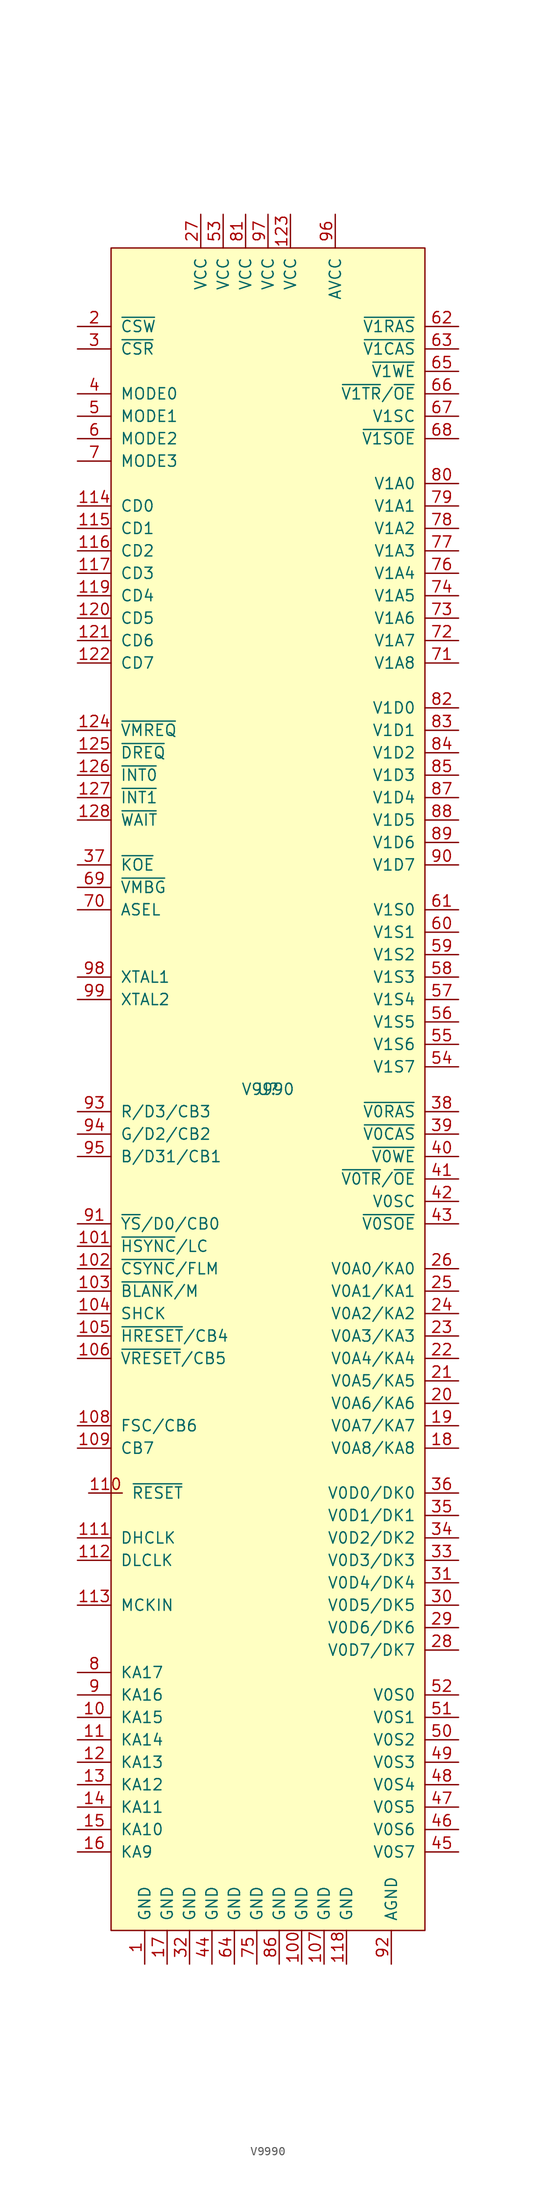
<source format=kicad_sym>
(kicad_symbol_lib
  (version 20211014)
  (generator kicad_symbol_editor)
  (symbol "V9990"
    (pin_names
      (offset 1.016))
    (property "Reference" "U"
      (at 0 0 0)
      (effects (font (size 1.27 1.27))))
    (property "Value" "V9990"
      (at 0 0 0)
      (effects (font (size 1.27 1.27))))
    (symbol "V9990_0_1"
      (rectangle (start 17.78 -95.25) (end -17.78 95.25) (stroke (width 0) (type default) (color 0 0 0 0)) (fill (type background))))
    (symbol "V9990_1_1"
      (pin power_in line (at -13.97 -99.06 90) (length 3.81) (name "GND" (effects (font (size 1.27 1.27)))) (number "1" (effects (font (size 1.27 1.27)))))
      (pin output line (at -21.59 -71.12 0) (length 3.81) (name "KA15" (effects (font (size 1.27 1.27)))) (number "10" (effects (font (size 1.27 1.27)))))
      (pin power_in line (at 3.81 -99.06 90) (length 3.81) (name "GND" (effects (font (size 1.27 1.27)))) (number "100" (effects (font (size 1.27 1.27)))))
      (pin output line (at -21.59 -17.78 0) (length 3.81) (name "~{HSYNC}/LC" (effects (font (size 1.27 1.27)))) (number "101" (effects (font (size 1.27 1.27)))))
      (pin output line (at -21.59 -20.32 0) (length 3.81) (name "~{CSYNC}/FLM" (effects (font (size 1.27 1.27)))) (number "102" (effects (font (size 1.27 1.27)))))
      (pin output line (at -21.59 -22.86 0) (length 3.81) (name "~{BLANK}/M" (effects (font (size 1.27 1.27)))) (number "103" (effects (font (size 1.27 1.27)))))
      (pin output line (at -21.59 -25.4 0) (length 3.81) (name "SHCK" (effects (font (size 1.27 1.27)))) (number "104" (effects (font (size 1.27 1.27)))))
      (pin bidirectional line (at -21.59 -27.94 0) (length 3.81) (name "~{HRESET}/CB4" (effects (font (size 1.27 1.27)))) (number "105" (effects (font (size 1.27 1.27)))))
      (pin bidirectional line (at -21.59 -30.48 0) (length 3.81) (name "~{VRESET}/CB5" (effects (font (size 1.27 1.27)))) (number "106" (effects (font (size 1.27 1.27)))))
      (pin power_in line (at 6.35 -99.06 90) (length 3.81) (name "GND" (effects (font (size 1.27 1.27)))) (number "107" (effects (font (size 1.27 1.27)))))
      (pin output line (at -21.59 -38.1 0) (length 3.81) (name "FSC/CB6" (effects (font (size 1.27 1.27)))) (number "108" (effects (font (size 1.27 1.27)))))
      (pin output line (at -21.59 -40.64 0) (length 3.81) (name "CB7" (effects (font (size 1.27 1.27)))) (number "109" (effects (font (size 1.27 1.27)))))
      (pin output line (at -21.59 -73.66 0) (length 3.81) (name "KA14" (effects (font (size 1.27 1.27)))) (number "11" (effects (font (size 1.27 1.27)))))
      (pin input line (at -20.32 -45.72 0) (length 3.81) (name "~{RESET}" (effects (font (size 1.27 1.27)))) (number "110" (effects (font (size 1.27 1.27)))))
      (pin output line (at -21.59 -50.8 0) (length 3.81) (name "DHCLK" (effects (font (size 1.27 1.27)))) (number "111" (effects (font (size 1.27 1.27)))))
      (pin output line (at -21.59 -53.34 0) (length 3.81) (name "DLCLK" (effects (font (size 1.27 1.27)))) (number "112" (effects (font (size 1.27 1.27)))))
      (pin input line (at -21.59 -58.42 0) (length 3.81) (name "MCKIN" (effects (font (size 1.27 1.27)))) (number "113" (effects (font (size 1.27 1.27)))))
      (pin bidirectional line (at -21.59 66.04 0) (length 3.81) (name "CD0" (effects (font (size 1.27 1.27)))) (number "114" (effects (font (size 1.27 1.27)))))
      (pin bidirectional line (at -21.59 63.5 0) (length 3.81) (name "CD1" (effects (font (size 1.27 1.27)))) (number "115" (effects (font (size 1.27 1.27)))))
      (pin bidirectional line (at -21.59 60.96 0) (length 3.81) (name "CD2" (effects (font (size 1.27 1.27)))) (number "116" (effects (font (size 1.27 1.27)))))
      (pin bidirectional line (at -21.59 58.42 0) (length 3.81) (name "CD3" (effects (font (size 1.27 1.27)))) (number "117" (effects (font (size 1.27 1.27)))))
      (pin power_in line (at 8.89 -99.06 90) (length 3.81) (name "GND" (effects (font (size 1.27 1.27)))) (number "118" (effects (font (size 1.27 1.27)))))
      (pin bidirectional line (at -21.59 55.88 0) (length 3.81) (name "CD4" (effects (font (size 1.27 1.27)))) (number "119" (effects (font (size 1.27 1.27)))))
      (pin output line (at -21.59 -76.2 0) (length 3.81) (name "KA13" (effects (font (size 1.27 1.27)))) (number "12" (effects (font (size 1.27 1.27)))))
      (pin bidirectional line (at -21.59 53.34 0) (length 3.81) (name "CD5" (effects (font (size 1.27 1.27)))) (number "120" (effects (font (size 1.27 1.27)))))
      (pin bidirectional line (at -21.59 50.8 0) (length 3.81) (name "CD6" (effects (font (size 1.27 1.27)))) (number "121" (effects (font (size 1.27 1.27)))))
      (pin bidirectional line (at -21.59 48.26 0) (length 3.81) (name "CD7" (effects (font (size 1.27 1.27)))) (number "122" (effects (font (size 1.27 1.27)))))
      (pin power_in line (at 2.54 99.06 270) (length 3.81) (name "VCC" (effects (font (size 1.27 1.27)))) (number "123" (effects (font (size 1.27 1.27)))))
      (pin input line (at -21.59 40.64 0) (length 3.81) (name "~{VMREQ}" (effects (font (size 1.27 1.27)))) (number "124" (effects (font (size 1.27 1.27)))))
      (pin output line (at -21.59 38.1 0) (length 3.81) (name "~{DREQ}" (effects (font (size 1.27 1.27)))) (number "125" (effects (font (size 1.27 1.27)))))
      (pin open_collector line (at -21.59 35.56 0) (length 3.81) (name "~{INT0}" (effects (font (size 1.27 1.27)))) (number "126" (effects (font (size 1.27 1.27)))))
      (pin open_collector line (at -21.59 33.02 0) (length 3.81) (name "~{INT1}" (effects (font (size 1.27 1.27)))) (number "127" (effects (font (size 1.27 1.27)))))
      (pin output line (at -21.59 30.48 0) (length 3.81) (name "~{WAIT}" (effects (font (size 1.27 1.27)))) (number "128" (effects (font (size 1.27 1.27)))))
      (pin output line (at -21.59 -78.74 0) (length 3.81) (name "KA12" (effects (font (size 1.27 1.27)))) (number "13" (effects (font (size 1.27 1.27)))))
      (pin output line (at -21.59 -81.28 0) (length 3.81) (name "KA11" (effects (font (size 1.27 1.27)))) (number "14" (effects (font (size 1.27 1.27)))))
      (pin output line (at -21.59 -83.82 0) (length 3.81) (name "KA10" (effects (font (size 1.27 1.27)))) (number "15" (effects (font (size 1.27 1.27)))))
      (pin output line (at -21.59 -86.36 0) (length 3.81) (name "KA9" (effects (font (size 1.27 1.27)))) (number "16" (effects (font (size 1.27 1.27)))))
      (pin power_in line (at -11.43 -99.06 90) (length 3.81) (name "GND" (effects (font (size 1.27 1.27)))) (number "17" (effects (font (size 1.27 1.27)))))
      (pin output line (at 21.59 -40.64 180) (length 3.81) (name "V0A8/KA8" (effects (font (size 1.27 1.27)))) (number "18" (effects (font (size 1.27 1.27)))))
      (pin output line (at 21.59 -38.1 180) (length 3.81) (name "V0A7/KA7" (effects (font (size 1.27 1.27)))) (number "19" (effects (font (size 1.27 1.27)))))
      (pin input line (at -21.59 86.36 0) (length 3.81) (name "~{CSW}" (effects (font (size 1.27 1.27)))) (number "2" (effects (font (size 1.27 1.27)))))
      (pin output line (at 21.59 -35.56 180) (length 3.81) (name "V0A6/KA6" (effects (font (size 1.27 1.27)))) (number "20" (effects (font (size 1.27 1.27)))))
      (pin output line (at 21.59 -33.02 180) (length 3.81) (name "V0A5/KA5" (effects (font (size 1.27 1.27)))) (number "21" (effects (font (size 1.27 1.27)))))
      (pin output line (at 21.59 -30.48 180) (length 3.81) (name "V0A4/KA4" (effects (font (size 1.27 1.27)))) (number "22" (effects (font (size 1.27 1.27)))))
      (pin output line (at 21.59 -27.94 180) (length 3.81) (name "V0A3/KA3" (effects (font (size 1.27 1.27)))) (number "23" (effects (font (size 1.27 1.27)))))
      (pin output line (at 21.59 -25.4 180) (length 3.81) (name "V0A2/KA2" (effects (font (size 1.27 1.27)))) (number "24" (effects (font (size 1.27 1.27)))))
      (pin output line (at 21.59 -22.86 180) (length 3.81) (name "V0A1/KA1" (effects (font (size 1.27 1.27)))) (number "25" (effects (font (size 1.27 1.27)))))
      (pin output line (at 21.59 -20.32 180) (length 3.81) (name "V0A0/KA0" (effects (font (size 1.27 1.27)))) (number "26" (effects (font (size 1.27 1.27)))))
      (pin power_in line (at -7.62 99.06 270) (length 3.81) (name "VCC" (effects (font (size 1.27 1.27)))) (number "27" (effects (font (size 1.27 1.27)))))
      (pin bidirectional line (at 21.59 -63.5 180) (length 3.81) (name "V0D7/DK7" (effects (font (size 1.27 1.27)))) (number "28" (effects (font (size 1.27 1.27)))))
      (pin bidirectional line (at 21.59 -60.96 180) (length 3.81) (name "V0D6/DK6" (effects (font (size 1.27 1.27)))) (number "29" (effects (font (size 1.27 1.27)))))
      (pin input line (at -21.59 83.82 0) (length 3.81) (name "~{CSR}" (effects (font (size 1.27 1.27)))) (number "3" (effects (font (size 1.27 1.27)))))
      (pin bidirectional line (at 21.59 -58.42 180) (length 3.81) (name "V0D5/DK5" (effects (font (size 1.27 1.27)))) (number "30" (effects (font (size 1.27 1.27)))))
      (pin bidirectional line (at 21.59 -55.88 180) (length 3.81) (name "V0D4/DK4" (effects (font (size 1.27 1.27)))) (number "31" (effects (font (size 1.27 1.27)))))
      (pin power_in line (at -8.89 -99.06 90) (length 3.81) (name "GND" (effects (font (size 1.27 1.27)))) (number "32" (effects (font (size 1.27 1.27)))))
      (pin bidirectional line (at 21.59 -53.34 180) (length 3.81) (name "V0D3/DK3" (effects (font (size 1.27 1.27)))) (number "33" (effects (font (size 1.27 1.27)))))
      (pin bidirectional line (at 21.59 -50.8 180) (length 3.81) (name "V0D2/DK2" (effects (font (size 1.27 1.27)))) (number "34" (effects (font (size 1.27 1.27)))))
      (pin bidirectional line (at 21.59 -48.26 180) (length 3.81) (name "V0D1/DK1" (effects (font (size 1.27 1.27)))) (number "35" (effects (font (size 1.27 1.27)))))
      (pin bidirectional line (at 21.59 -45.72 180) (length 3.81) (name "V0D0/DK0" (effects (font (size 1.27 1.27)))) (number "36" (effects (font (size 1.27 1.27)))))
      (pin output line (at -21.59 25.4 0) (length 3.81) (name "~{KOE}" (effects (font (size 1.27 1.27)))) (number "37" (effects (font (size 1.27 1.27)))))
      (pin output line (at 21.59 -2.54 180) (length 3.81) (name "~{V0RAS}" (effects (font (size 1.27 1.27)))) (number "38" (effects (font (size 1.27 1.27)))))
      (pin output line (at 21.59 -5.08 180) (length 3.81) (name "~{V0CAS}" (effects (font (size 1.27 1.27)))) (number "39" (effects (font (size 1.27 1.27)))))
      (pin input line (at -21.59 78.74 0) (length 3.81) (name "MODE0" (effects (font (size 1.27 1.27)))) (number "4" (effects (font (size 1.27 1.27)))))
      (pin output line (at 21.59 -7.62 180) (length 3.81) (name "~{V0WE}" (effects (font (size 1.27 1.27)))) (number "40" (effects (font (size 1.27 1.27)))))
      (pin output line (at 21.59 -10.16 180) (length 3.81) (name "~{V0TR}/~{OE}" (effects (font (size 1.27 1.27)))) (number "41" (effects (font (size 1.27 1.27)))))
      (pin output line (at 21.59 -12.7 180) (length 3.81) (name "V0SC" (effects (font (size 1.27 1.27)))) (number "42" (effects (font (size 1.27 1.27)))))
      (pin output line (at 21.59 -15.24 180) (length 3.81) (name "~{V0SOE}" (effects (font (size 1.27 1.27)))) (number "43" (effects (font (size 1.27 1.27)))))
      (pin power_in line (at -6.35 -99.06 90) (length 3.81) (name "GND" (effects (font (size 1.27 1.27)))) (number "44" (effects (font (size 1.27 1.27)))))
      (pin input line (at 21.59 -86.36 180) (length 3.81) (name "V0S7" (effects (font (size 1.27 1.27)))) (number "45" (effects (font (size 1.27 1.27)))))
      (pin input line (at 21.59 -83.82 180) (length 3.81) (name "V0S6" (effects (font (size 1.27 1.27)))) (number "46" (effects (font (size 1.27 1.27)))))
      (pin input line (at 21.59 -81.28 180) (length 3.81) (name "V0S5" (effects (font (size 1.27 1.27)))) (number "47" (effects (font (size 1.27 1.27)))))
      (pin input line (at 21.59 -78.74 180) (length 3.81) (name "V0S4" (effects (font (size 1.27 1.27)))) (number "48" (effects (font (size 1.27 1.27)))))
      (pin input line (at 21.59 -76.2 180) (length 3.81) (name "V0S3" (effects (font (size 1.27 1.27)))) (number "49" (effects (font (size 1.27 1.27)))))
      (pin input line (at -21.59 76.2 0) (length 3.81) (name "MODE1" (effects (font (size 1.27 1.27)))) (number "5" (effects (font (size 1.27 1.27)))))
      (pin input line (at 21.59 -73.66 180) (length 3.81) (name "V0S2" (effects (font (size 1.27 1.27)))) (number "50" (effects (font (size 1.27 1.27)))))
      (pin input line (at 21.59 -71.12 180) (length 3.81) (name "V0S1" (effects (font (size 1.27 1.27)))) (number "51" (effects (font (size 1.27 1.27)))))
      (pin input line (at 21.59 -68.58 180) (length 3.81) (name "V0S0" (effects (font (size 1.27 1.27)))) (number "52" (effects (font (size 1.27 1.27)))))
      (pin power_in line (at -5.08 99.06 270) (length 3.81) (name "VCC" (effects (font (size 1.27 1.27)))) (number "53" (effects (font (size 1.27 1.27)))))
      (pin input line (at 21.59 2.54 180) (length 3.81) (name "V1S7" (effects (font (size 1.27 1.27)))) (number "54" (effects (font (size 1.27 1.27)))))
      (pin input line (at 21.59 5.08 180) (length 3.81) (name "V1S6" (effects (font (size 1.27 1.27)))) (number "55" (effects (font (size 1.27 1.27)))))
      (pin input line (at 21.59 7.62 180) (length 3.81) (name "V1S5" (effects (font (size 1.27 1.27)))) (number "56" (effects (font (size 1.27 1.27)))))
      (pin input line (at 21.59 10.16 180) (length 3.81) (name "V1S4" (effects (font (size 1.27 1.27)))) (number "57" (effects (font (size 1.27 1.27)))))
      (pin input line (at 21.59 12.7 180) (length 3.81) (name "V1S3" (effects (font (size 1.27 1.27)))) (number "58" (effects (font (size 1.27 1.27)))))
      (pin input line (at 21.59 15.24 180) (length 3.81) (name "V1S2" (effects (font (size 1.27 1.27)))) (number "59" (effects (font (size 1.27 1.27)))))
      (pin input line (at -21.59 73.66 0) (length 3.81) (name "MODE2" (effects (font (size 1.27 1.27)))) (number "6" (effects (font (size 1.27 1.27)))))
      (pin input line (at 21.59 17.78 180) (length 3.81) (name "V1S1" (effects (font (size 1.27 1.27)))) (number "60" (effects (font (size 1.27 1.27)))))
      (pin input line (at 21.59 20.32 180) (length 3.81) (name "V1S0" (effects (font (size 1.27 1.27)))) (number "61" (effects (font (size 1.27 1.27)))))
      (pin output line (at 21.59 86.36 180) (length 3.81) (name "~{V1RAS}" (effects (font (size 1.27 1.27)))) (number "62" (effects (font (size 1.27 1.27)))))
      (pin output line (at 21.59 83.82 180) (length 3.81) (name "~{V1CAS}" (effects (font (size 1.27 1.27)))) (number "63" (effects (font (size 1.27 1.27)))))
      (pin power_in line (at -3.81 -99.06 90) (length 3.81) (name "GND" (effects (font (size 1.27 1.27)))) (number "64" (effects (font (size 1.27 1.27)))))
      (pin output line (at 21.59 81.28 180) (length 3.81) (name "~{V1WE}" (effects (font (size 1.27 1.27)))) (number "65" (effects (font (size 1.27 1.27)))))
      (pin output line (at 21.59 78.74 180) (length 3.81) (name "~{V1TR}/~{OE}" (effects (font (size 1.27 1.27)))) (number "66" (effects (font (size 1.27 1.27)))))
      (pin output line (at 21.59 76.2 180) (length 3.81) (name "V1SC" (effects (font (size 1.27 1.27)))) (number "67" (effects (font (size 1.27 1.27)))))
      (pin output line (at 21.59 73.66 180) (length 3.81) (name "~{V1SOE}" (effects (font (size 1.27 1.27)))) (number "68" (effects (font (size 1.27 1.27)))))
      (pin output line (at -21.59 22.86 0) (length 3.81) (name "~{VMBG}" (effects (font (size 1.27 1.27)))) (number "69" (effects (font (size 1.27 1.27)))))
      (pin input line (at -21.59 71.12 0) (length 3.81) (name "MODE3" (effects (font (size 1.27 1.27)))) (number "7" (effects (font (size 1.27 1.27)))))
      (pin output line (at -21.59 20.32 0) (length 3.81) (name "ASEL" (effects (font (size 1.27 1.27)))) (number "70" (effects (font (size 1.27 1.27)))))
      (pin output line (at 21.59 48.26 180) (length 3.81) (name "V1A8" (effects (font (size 1.27 1.27)))) (number "71" (effects (font (size 1.27 1.27)))))
      (pin output line (at 21.59 50.8 180) (length 3.81) (name "V1A7" (effects (font (size 1.27 1.27)))) (number "72" (effects (font (size 1.27 1.27)))))
      (pin output line (at 21.59 53.34 180) (length 3.81) (name "V1A6" (effects (font (size 1.27 1.27)))) (number "73" (effects (font (size 1.27 1.27)))))
      (pin output line (at 21.59 55.88 180) (length 3.81) (name "V1A5" (effects (font (size 1.27 1.27)))) (number "74" (effects (font (size 1.27 1.27)))))
      (pin power_in line (at -1.27 -99.06 90) (length 3.81) (name "GND" (effects (font (size 1.27 1.27)))) (number "75" (effects (font (size 1.27 1.27)))))
      (pin output line (at 21.59 58.42 180) (length 3.81) (name "V1A4" (effects (font (size 1.27 1.27)))) (number "76" (effects (font (size 1.27 1.27)))))
      (pin output line (at 21.59 60.96 180) (length 3.81) (name "V1A3" (effects (font (size 1.27 1.27)))) (number "77" (effects (font (size 1.27 1.27)))))
      (pin output line (at 21.59 63.5 180) (length 3.81) (name "V1A2" (effects (font (size 1.27 1.27)))) (number "78" (effects (font (size 1.27 1.27)))))
      (pin output line (at 21.59 66.04 180) (length 3.81) (name "V1A1" (effects (font (size 1.27 1.27)))) (number "79" (effects (font (size 1.27 1.27)))))
      (pin output line (at -21.59 -66.04 0) (length 3.81) (name "KA17" (effects (font (size 1.27 1.27)))) (number "8" (effects (font (size 1.27 1.27)))))
      (pin output line (at 21.59 68.58 180) (length 3.81) (name "V1A0" (effects (font (size 1.27 1.27)))) (number "80" (effects (font (size 1.27 1.27)))))
      (pin power_in line (at -2.54 99.06 270) (length 3.81) (name "VCC" (effects (font (size 1.27 1.27)))) (number "81" (effects (font (size 1.27 1.27)))))
      (pin bidirectional line (at 21.59 43.18 180) (length 3.81) (name "V1D0" (effects (font (size 1.27 1.27)))) (number "82" (effects (font (size 1.27 1.27)))))
      (pin bidirectional line (at 21.59 40.64 180) (length 3.81) (name "V1D1" (effects (font (size 1.27 1.27)))) (number "83" (effects (font (size 1.27 1.27)))))
      (pin bidirectional line (at 21.59 38.1 180) (length 3.81) (name "V1D2" (effects (font (size 1.27 1.27)))) (number "84" (effects (font (size 1.27 1.27)))))
      (pin bidirectional line (at 21.59 35.56 180) (length 3.81) (name "V1D3" (effects (font (size 1.27 1.27)))) (number "85" (effects (font (size 1.27 1.27)))))
      (pin power_in line (at 1.27 -99.06 90) (length 3.81) (name "GND" (effects (font (size 1.27 1.27)))) (number "86" (effects (font (size 1.27 1.27)))))
      (pin bidirectional line (at 21.59 33.02 180) (length 3.81) (name "V1D4" (effects (font (size 1.27 1.27)))) (number "87" (effects (font (size 1.27 1.27)))))
      (pin bidirectional line (at 21.59 30.48 180) (length 3.81) (name "V1D5" (effects (font (size 1.27 1.27)))) (number "88" (effects (font (size 1.27 1.27)))))
      (pin bidirectional line (at 21.59 27.94 180) (length 3.81) (name "V1D6" (effects (font (size 1.27 1.27)))) (number "89" (effects (font (size 1.27 1.27)))))
      (pin output line (at -21.59 -68.58 0) (length 3.81) (name "KA16" (effects (font (size 1.27 1.27)))) (number "9" (effects (font (size 1.27 1.27)))))
      (pin bidirectional line (at 21.59 25.4 180) (length 3.81) (name "V1D7" (effects (font (size 1.27 1.27)))) (number "90" (effects (font (size 1.27 1.27)))))
      (pin output line (at -21.59 -15.24 0) (length 3.81) (name "~{YS}/D0/CB0" (effects (font (size 1.27 1.27)))) (number "91" (effects (font (size 1.27 1.27)))))
      (pin power_in line (at 13.97 -99.06 90) (length 3.81) (name "AGND" (effects (font (size 1.27 1.27)))) (number "92" (effects (font (size 1.27 1.27)))))
      (pin output line (at -21.59 -2.54 0) (length 3.81) (name "R/D3/CB3" (effects (font (size 1.27 1.27)))) (number "93" (effects (font (size 1.27 1.27)))))
      (pin output line (at -21.59 -5.08 0) (length 3.81) (name "G/D2/CB2" (effects (font (size 1.27 1.27)))) (number "94" (effects (font (size 1.27 1.27)))))
      (pin output line (at -21.59 -7.62 0) (length 3.81) (name "B/D31/CB1" (effects (font (size 1.27 1.27)))) (number "95" (effects (font (size 1.27 1.27)))))
      (pin power_in line (at 7.62 99.06 270) (length 3.81) (name "AVCC" (effects (font (size 1.27 1.27)))) (number "96" (effects (font (size 1.27 1.27)))))
      (pin power_in line (at 0 99.06 270) (length 3.81) (name "VCC" (effects (font (size 1.27 1.27)))) (number "97" (effects (font (size 1.27 1.27)))))
      (pin input line (at -21.59 12.7 0) (length 3.81) (name "XTAL1" (effects (font (size 1.27 1.27)))) (number "98" (effects (font (size 1.27 1.27)))))
      (pin output line (at -21.59 10.16 0) (length 3.81) (name "XTAL2" (effects (font (size 1.27 1.27)))) (number "99" (effects (font (size 1.27 1.27))))))))
</source>
